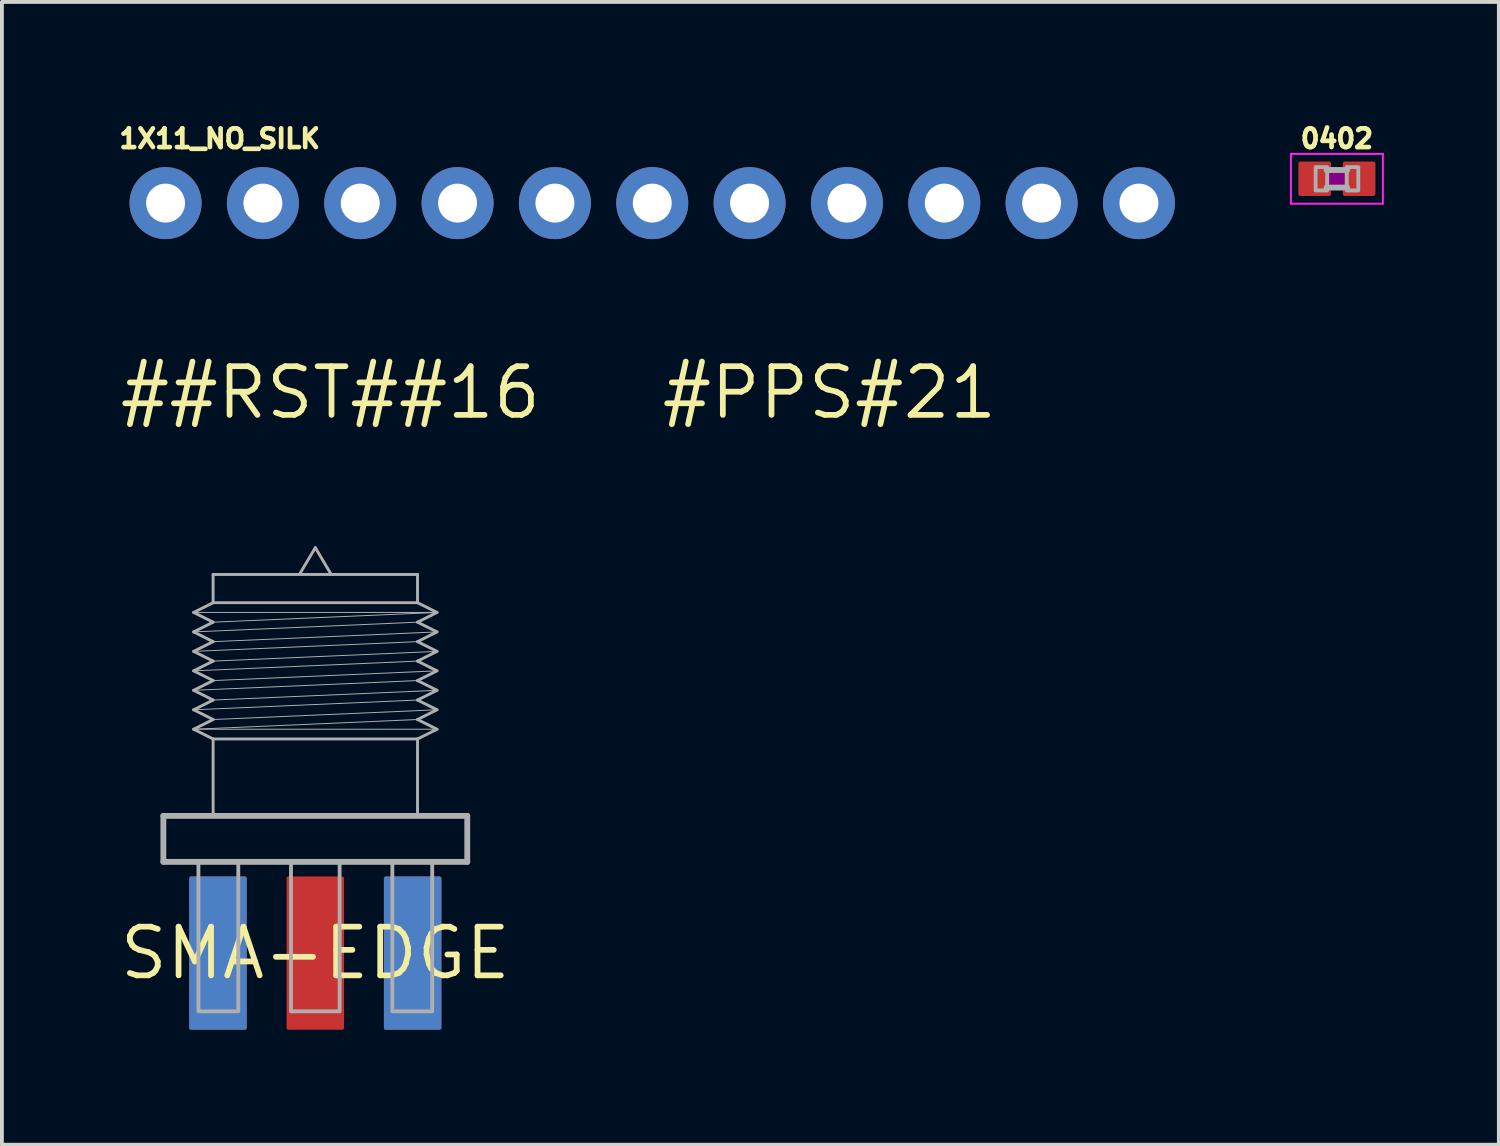
<source format=kicad_pcb>
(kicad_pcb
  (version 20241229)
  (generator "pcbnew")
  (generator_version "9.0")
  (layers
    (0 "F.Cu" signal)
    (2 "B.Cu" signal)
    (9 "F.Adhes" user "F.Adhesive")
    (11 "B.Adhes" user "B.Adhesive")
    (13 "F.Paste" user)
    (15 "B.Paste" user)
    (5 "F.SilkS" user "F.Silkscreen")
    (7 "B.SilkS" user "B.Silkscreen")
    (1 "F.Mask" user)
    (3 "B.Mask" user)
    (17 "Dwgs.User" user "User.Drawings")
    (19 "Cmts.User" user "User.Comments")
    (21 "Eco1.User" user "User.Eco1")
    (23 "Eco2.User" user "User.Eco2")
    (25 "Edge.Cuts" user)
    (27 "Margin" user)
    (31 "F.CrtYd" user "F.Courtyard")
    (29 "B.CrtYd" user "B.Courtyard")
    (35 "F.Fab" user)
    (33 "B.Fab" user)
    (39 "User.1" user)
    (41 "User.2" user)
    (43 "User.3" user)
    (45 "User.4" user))
  (footprint "0402"
    (layer "F.Cu")
    (at 31.835 1.615)
    (property "Reference" "0402" (at 0 -0.762 0) (unlocked yes) (layer "F.SilkS") (effects (font (size 0.488 0.488) (thickness 0.122)) (justify bottom)))
    (fp_poly (pts (xy -0.2 0.3) (xy 0.2 0.3) (xy 0.2 -0.3) (xy -0.2 -0.3)) (stroke (width 0) (type default)) (fill yes) (layer "F.Adhes"))
    (fp_line (start -1.2 -0.65) (end 1.2 -0.65) (stroke (width 0.051) (type solid)) (layer "F.CrtYd"))
    (fp_line (start -1.2 0.65) (end -1.2 -0.65) (stroke (width 0.051) (type solid)) (layer "F.CrtYd"))
    (fp_line (start 1.2 -0.65) (end 1.2 0.65) (stroke (width 0.051) (type solid)) (layer "F.CrtYd"))
    (fp_line (start 1.2 0.65) (end -1.2 0.65) (stroke (width 0.051) (type solid)) (layer "F.CrtYd"))
    (fp_line (start -0.27 -0.229) (end 0.27 -0.229) (stroke (width 0.152) (type solid)) (layer "F.Fab"))
    (fp_line (start 0.27 0.229) (end -0.27 0.229) (stroke (width 0.152) (type solid)) (layer "F.Fab"))
    (fp_poly (pts (xy -0.554 0.305) (xy -0.254 0.305) (xy -0.254 -0.305) (xy -0.554 -0.305)) (stroke (width 0.1) (type default)) (fill no) (layer "F.Fab"))
    (fp_poly (pts (xy 0.259 0.305) (xy 0.559 0.305) (xy 0.559 -0.305) (xy 0.259 -0.305)) (stroke (width 0.1) (type default)) (fill no) (layer "F.Fab"))
    (pad "1" smd roundrect (at -0.58 0) (size 0.85 0.9) (layers "F.Cu" "F.Mask" "F.Paste") (roundrect_rratio 0.06))
    (pad "2" smd roundrect (at 0.58 0) (size 0.85 0.9) (layers "F.Cu" "F.Mask" "F.Paste") (roundrect_rratio 0.06)))
  (footprint "##RST##16"
    (layer "F.Cu")
    (at 5.571 7.196)
    (property "Reference" "##RST##16" (at 0 0 0) (layer "F.SilkS") (effects (font (size 1.27 1.27) (thickness 0.15))))
    (fp_poly (pts (xy -1.175 0.108) (xy -1.18 0.11) (xy -1.18 0.105) (xy -1.176 0.105)) (stroke (width 0) (type default)) (fill yes) (layer "F.SilkS")))
  (footprint "SMA-EDGE"
    (layer "F.Cu")
    (at 5.178 21.821)
    (property "Reference" "SMA-EDGE" (at 0 0 0) (layer "F.SilkS") (effects (font (size 1.27 1.27) (thickness 0.15))))
    (fp_line (start -3.965 -3.581) (end 3.965 -3.581) (stroke (width 0.152) (type solid)) (layer "F.Fab"))
    (fp_line (start -3.965 -2.381) (end -3.965 -3.581) (stroke (width 0.152) (type solid)) (layer "F.Fab"))
    (fp_line (start -3.175 -8.89) (end -2.667 -9.144) (stroke (width 0.076) (type solid)) (layer "F.Fab"))
    (fp_line (start -3.175 -8.382) (end -2.667 -8.636) (stroke (width 0.076) (type solid)) (layer "F.Fab"))
    (fp_line (start -3.175 -8.382) (end 2.667 -8.636) (stroke (width 0.025) (type solid)) (layer "F.Fab"))
    (fp_line (start -3.175 -7.874) (end -2.667 -8.128) (stroke (width 0.076) (type solid)) (layer "F.Fab"))
    (fp_line (start -3.175 -7.874) (end -2.667 -7.62) (stroke (width 0.076) (type solid)) (layer "F.Fab"))
    (fp_line (start -3.175 -7.874) (end 2.667 -8.128) (stroke (width 0.025) (type solid)) (layer "F.Fab"))
    (fp_line (start -3.175 -7.366) (end -2.667 -7.62) (stroke (width 0.076) (type solid)) (layer "F.Fab"))
    (fp_line (start -3.175 -7.366) (end 2.667 -7.62) (stroke (width 0.025) (type solid)) (layer "F.Fab"))
    (fp_line (start -3.175 -6.858) (end -2.667 -7.112) (stroke (width 0.076) (type solid)) (layer "F.Fab"))
    (fp_line (start -3.175 -6.858) (end 2.667 -7.112) (stroke (width 0.025) (type solid)) (layer "F.Fab"))
    (fp_line (start -3.175 -6.35) (end -2.667 -6.604) (stroke (width 0.076) (type solid)) (layer "F.Fab"))
    (fp_line (start -3.175 -6.35) (end 2.667 -6.604) (stroke (width 0.025) (type solid)) (layer "F.Fab"))
    (fp_line (start -3.175 -5.842) (end -2.667 -6.096) (stroke (width 0.076) (type solid)) (layer "F.Fab"))
    (fp_line (start -3.175 -5.842) (end 2.667 -6.096) (stroke (width 0.025) (type solid)) (layer "F.Fab"))
    (fp_line (start -3.175 -5.842) (end 3.175 -5.842) (stroke (width 0.025) (type solid)) (layer "F.Fab"))
    (fp_line (start -2.667 -9.881) (end 2.667 -9.881) (stroke (width 0.076) (type solid)) (layer "F.Fab"))
    (fp_line (start -2.667 -9.144) (end -2.667 -9.881) (stroke (width 0.076) (type solid)) (layer "F.Fab"))
    (fp_line (start -2.667 -9.144) (end 2.667 -9.144) (stroke (width 0.076) (type solid)) (layer "F.Fab"))
    (fp_line (start -2.667 -8.636) (end -3.175 -8.89) (stroke (width 0.076) (type solid)) (layer "F.Fab"))
    (fp_line (start -2.667 -8.636) (end 3.175 -8.89) (stroke (width 0.025) (type solid)) (layer "F.Fab"))
    (fp_line (start -2.667 -8.128) (end -3.175 -8.382) (stroke (width 0.076) (type solid)) (layer "F.Fab"))
    (fp_line (start -2.667 -8.128) (end 3.175 -8.382) (stroke (width 0.025) (type solid)) (layer "F.Fab"))
    (fp_line (start -2.667 -7.62) (end 3.175 -7.874) (stroke (width 0.025) (type solid)) (layer "F.Fab"))
    (fp_line (start -2.667 -7.112) (end -3.175 -7.366) (stroke (width 0.076) (type solid)) (layer "F.Fab"))
    (fp_line (start -2.667 -7.112) (end 3.175 -7.366) (stroke (width 0.025) (type solid)) (layer "F.Fab"))
    (fp_line (start -2.667 -6.604) (end -3.175 -6.858) (stroke (width 0.076) (type solid)) (layer "F.Fab"))
    (fp_line (start -2.667 -6.604) (end 3.175 -6.858) (stroke (width 0.025) (type solid)) (layer "F.Fab"))
    (fp_line (start -2.667 -6.096) (end -3.175 -6.35) (stroke (width 0.076) (type solid)) (layer "F.Fab"))
    (fp_line (start -2.667 -6.096) (end 3.175 -6.35) (stroke (width 0.025) (type solid)) (layer "F.Fab"))
    (fp_line (start -2.667 -5.588) (end -3.175 -5.842) (stroke (width 0.076) (type solid)) (layer "F.Fab"))
    (fp_line (start -2.667 -5.588) (end 2.667 -5.588) (stroke (width 0.076) (type solid)) (layer "F.Fab"))
    (fp_line (start -2.667 -3.581) (end -2.667 -5.588) (stroke (width 0.076) (type solid)) (layer "F.Fab"))
    (fp_line (start -0.4 -9.906) (end 0 -10.58) (stroke (width 0.076) (type solid)) (layer "F.Fab"))
    (fp_line (start 0 -10.58) (end 0.4 -9.906) (stroke (width 0.076) (type solid)) (layer "F.Fab"))
    (fp_line (start 2.667 -9.881) (end 2.667 -9.144) (stroke (width 0.076) (type solid)) (layer "F.Fab"))
    (fp_line (start 2.667 -9.144) (end 3.175 -8.89) (stroke (width 0.076) (type solid)) (layer "F.Fab"))
    (fp_line (start 2.667 -8.636) (end 3.175 -8.382) (stroke (width 0.076) (type solid)) (layer "F.Fab"))
    (fp_line (start 2.667 -8.128) (end 3.175 -7.874) (stroke (width 0.076) (type solid)) (layer "F.Fab"))
    (fp_line (start 2.667 -7.62) (end 3.175 -7.366) (stroke (width 0.076) (type solid)) (layer "F.Fab"))
    (fp_line (start 2.667 -7.112) (end 3.175 -6.858) (stroke (width 0.076) (type solid)) (layer "F.Fab"))
    (fp_line (start 2.667 -6.604) (end 3.175 -6.35) (stroke (width 0.076) (type solid)) (layer "F.Fab"))
    (fp_line (start 2.667 -6.096) (end 3.175 -5.842) (stroke (width 0.076) (type solid)) (layer "F.Fab"))
    (fp_line (start 2.667 -5.588) (end 2.667 -3.556) (stroke (width 0.076) (type solid)) (layer "F.Fab"))
    (fp_line (start 3.175 -8.89) (end -3.175 -8.89) (stroke (width 0.025) (type solid)) (layer "F.Fab"))
    (fp_line (start 3.175 -8.89) (end 2.667 -8.636) (stroke (width 0.076) (type solid)) (layer "F.Fab"))
    (fp_line (start 3.175 -8.382) (end 2.667 -8.128) (stroke (width 0.076) (type solid)) (layer "F.Fab"))
    (fp_line (start 3.175 -7.874) (end 2.667 -7.62) (stroke (width 0.076) (type solid)) (layer "F.Fab"))
    (fp_line (start 3.175 -7.366) (end 2.667 -7.112) (stroke (width 0.076) (type solid)) (layer "F.Fab"))
    (fp_line (start 3.175 -6.858) (end 2.667 -6.604) (stroke (width 0.076) (type solid)) (layer "F.Fab"))
    (fp_line (start 3.175 -6.35) (end 2.667 -6.096) (stroke (width 0.076) (type solid)) (layer "F.Fab"))
    (fp_line (start 3.175 -5.842) (end 2.667 -5.588) (stroke (width 0.076) (type solid)) (layer "F.Fab"))
    (fp_line (start 3.965 -3.581) (end 3.965 -2.381) (stroke (width 0.152) (type solid)) (layer "F.Fab"))
    (fp_line (start 3.965 -2.381) (end -3.965 -2.381) (stroke (width 0.152) (type solid)) (layer "F.Fab"))
    (fp_poly (pts (xy -3.05 1.519) (xy -2.01 1.519) (xy -2.01 -2.381) (xy -3.05 -2.381)) (stroke (width 0.1) (type default)) (fill no) (layer "F.Fab"))
    (fp_poly (pts (xy -0.635 1.519) (xy 0.635 1.519) (xy 0.635 -2.381) (xy -0.635 -2.381)) (stroke (width 0.1) (type default)) (fill no) (layer "F.Fab"))
    (fp_poly (pts (xy 2.01 1.519) (xy 3.05 1.519) (xy 3.05 -2.381) (xy 2.01 -2.381)) (stroke (width 0.1) (type default)) (fill no) (layer "F.Fab"))
    (pad "GND@0" smd roundrect (at -2.54 0) (size 1.5 4) (layers "F.Cu" "F.Mask") (roundrect_rratio 0.034))
    (pad "GND@1" smd roundrect (at 2.54 0) (size 1.5 4) (layers "F.Cu" "F.Mask") (roundrect_rratio 0.034))
    (pad "GND@2" smd roundrect (at -2.54 0) (size 1.5 4) (layers "B.Cu" "B.Mask") (roundrect_rratio 0.034))
    (pad "GND@3" smd roundrect (at 2.54 0) (size 1.5 4) (layers "B.Cu" "B.Mask") (roundrect_rratio 0.034))
    (pad "SIG" smd roundrect (at 0 0) (size 1.5 4) (layers "F.Cu" "F.Mask") (roundrect_rratio 0.034)))
  (footprint "#PPS#21"
    (layer "F.Cu")
    (at 18.594 7.196)
    (property "Reference" "#PPS#21" (at 0 0 0) (layer "F.SilkS") (effects (font (size 1.27 1.27) (thickness 0.15))))
    (fp_poly (pts (xy -0.825 -0.02) (xy -0.83 -0.02) (xy -0.83 -0.025) (xy -0.825 -0.025)) (stroke (width 0) (type default)) (fill yes) (layer "F.SilkS")))
  (footprint "1X11_NO_SILK"
    (layer "F.Cu")
    (at 1.27 2.25)
    (property "Reference" "1X11_NO_SILK" (at -1.27 -1.397 0) (unlocked yes) (layer "F.SilkS") (effects (font (size 0.488 0.488) (thickness 0.122)) (justify left bottom)))
    (fp_poly (pts (xy -0.254 0.254) (xy 0.254 0.254) (xy 0.254 -0.254) (xy -0.254 -0.254)) (stroke (width 0.1) (type default)) (fill no) (layer "F.Fab"))
    (fp_poly (pts (xy 2.286 0.254) (xy 2.794 0.254) (xy 2.794 -0.254) (xy 2.286 -0.254)) (stroke (width 0.1) (type default)) (fill no) (layer "F.Fab"))
    (fp_poly (pts (xy 4.826 0.254) (xy 5.334 0.254) (xy 5.334 -0.254) (xy 4.826 -0.254)) (stroke (width 0.1) (type default)) (fill no) (layer "F.Fab"))
    (fp_poly (pts (xy 7.366 0.254) (xy 7.874 0.254) (xy 7.874 -0.254) (xy 7.366 -0.254)) (stroke (width 0.1) (type default)) (fill no) (layer "F.Fab"))
    (fp_poly (pts (xy 9.906 0.254) (xy 10.414 0.254) (xy 10.414 -0.254) (xy 9.906 -0.254)) (stroke (width 0.1) (type default)) (fill no) (layer "F.Fab"))
    (fp_poly (pts (xy 12.446 0.254) (xy 12.954 0.254) (xy 12.954 -0.254) (xy 12.446 -0.254)) (stroke (width 0.1) (type default)) (fill no) (layer "F.Fab"))
    (fp_poly (pts (xy 14.986 0.254) (xy 15.494 0.254) (xy 15.494 -0.254) (xy 14.986 -0.254)) (stroke (width 0.1) (type default)) (fill no) (layer "F.Fab"))
    (fp_poly (pts (xy 17.526 0.254) (xy 18.034 0.254) (xy 18.034 -0.254) (xy 17.526 -0.254)) (stroke (width 0.1) (type default)) (fill no) (layer "F.Fab"))
    (fp_poly (pts (xy 20.066 0.254) (xy 20.574 0.254) (xy 20.574 -0.254) (xy 20.066 -0.254)) (stroke (width 0.1) (type default)) (fill no) (layer "F.Fab"))
    (fp_poly (pts (xy 22.606 0.254) (xy 23.114 0.254) (xy 23.114 -0.254) (xy 22.606 -0.254)) (stroke (width 0.1) (type default)) (fill no) (layer "F.Fab"))
    (fp_poly (pts (xy 25.146 0.254) (xy 25.654 0.254) (xy 25.654 -0.254) (xy 25.146 -0.254)) (stroke (width 0.1) (type default)) (fill no) (layer "F.Fab"))
    (pad "1" thru_hole circle (at 0 0 90) (size 1.88 1.88) (drill 1.016) (layers "*.Cu" "*.Mask"))
    (pad "2" thru_hole circle (at 2.54 0 90) (size 1.88 1.88) (drill 1.016) (layers "*.Cu" "*.Mask"))
    (pad "3" thru_hole circle (at 5.08 0 90) (size 1.88 1.88) (drill 1.016) (layers "*.Cu" "*.Mask"))
    (pad "4" thru_hole circle (at 7.62 0 90) (size 1.88 1.88) (drill 1.016) (layers "*.Cu" "*.Mask"))
    (pad "5" thru_hole circle (at 10.16 0 90) (size 1.88 1.88) (drill 1.016) (layers "*.Cu" "*.Mask"))
    (pad "6" thru_hole circle (at 12.7 0 90) (size 1.88 1.88) (drill 1.016) (layers "*.Cu" "*.Mask"))
    (pad "7" thru_hole circle (at 15.24 0 90) (size 1.88 1.88) (drill 1.016) (layers "*.Cu" "*.Mask"))
    (pad "8" thru_hole circle (at 17.78 0 90) (size 1.88 1.88) (drill 1.016) (layers "*.Cu" "*.Mask"))
    (pad "9" thru_hole circle (at 20.32 0 90) (size 1.88 1.88) (drill 1.016) (layers "*.Cu" "*.Mask"))
    (pad "10" thru_hole circle (at 22.86 0 90) (size 1.88 1.88) (drill 1.016) (layers "*.Cu" "*.Mask"))
    (pad "11" thru_hole circle (at 25.4 0 90) (size 1.88 1.88) (drill 1.016) (layers "*.Cu" "*.Mask")))
  (gr_rect
    (start -3 -3)
    (end 36.061 26.821)
    (stroke (width 0.1) (type default))
    (fill no)
    (layer "Edge.Cuts")))
</source>
